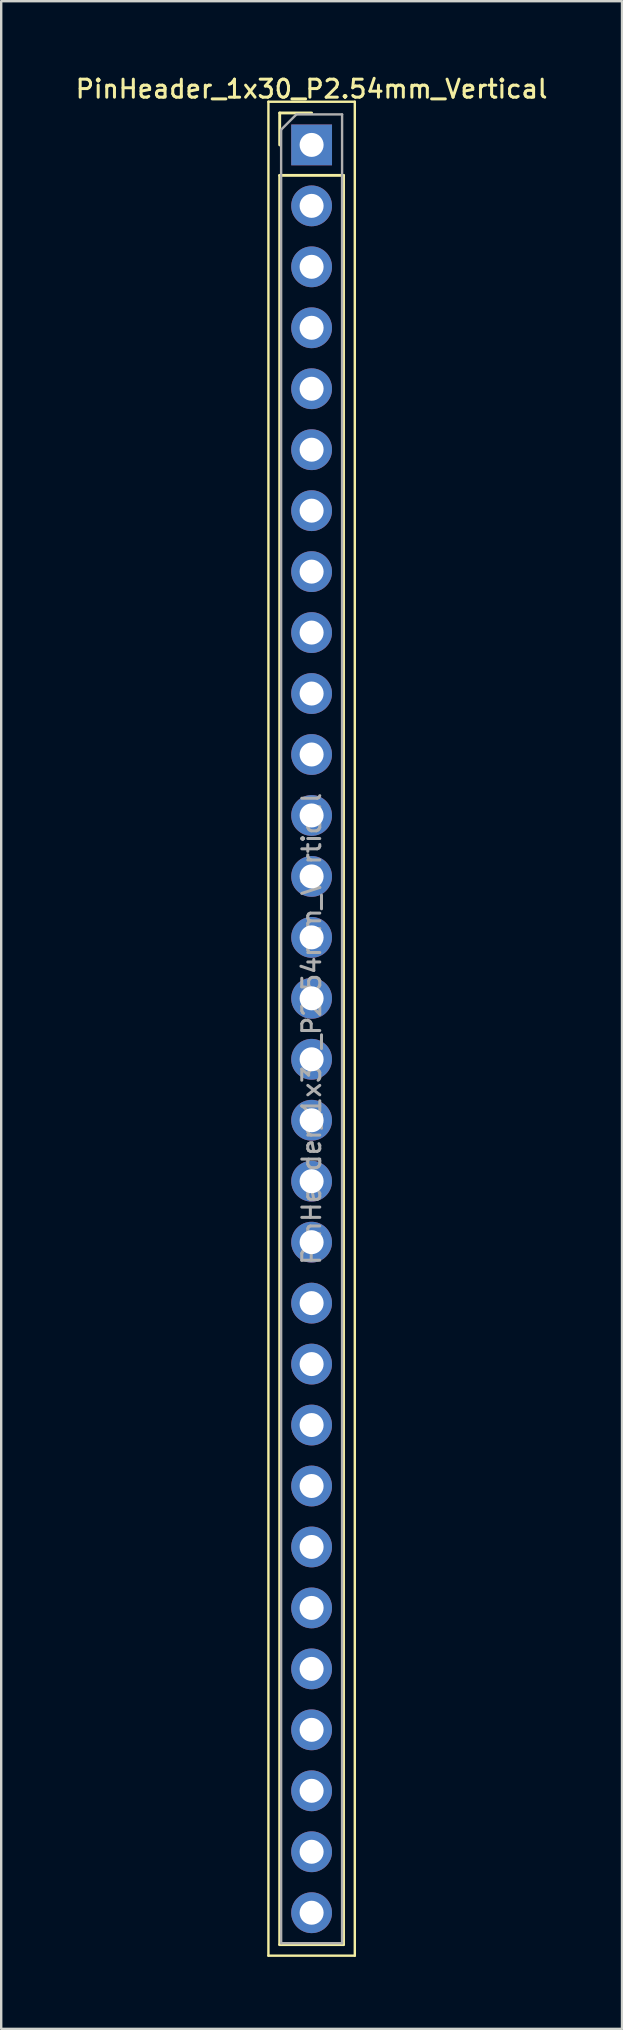
<source format=kicad_pcb>
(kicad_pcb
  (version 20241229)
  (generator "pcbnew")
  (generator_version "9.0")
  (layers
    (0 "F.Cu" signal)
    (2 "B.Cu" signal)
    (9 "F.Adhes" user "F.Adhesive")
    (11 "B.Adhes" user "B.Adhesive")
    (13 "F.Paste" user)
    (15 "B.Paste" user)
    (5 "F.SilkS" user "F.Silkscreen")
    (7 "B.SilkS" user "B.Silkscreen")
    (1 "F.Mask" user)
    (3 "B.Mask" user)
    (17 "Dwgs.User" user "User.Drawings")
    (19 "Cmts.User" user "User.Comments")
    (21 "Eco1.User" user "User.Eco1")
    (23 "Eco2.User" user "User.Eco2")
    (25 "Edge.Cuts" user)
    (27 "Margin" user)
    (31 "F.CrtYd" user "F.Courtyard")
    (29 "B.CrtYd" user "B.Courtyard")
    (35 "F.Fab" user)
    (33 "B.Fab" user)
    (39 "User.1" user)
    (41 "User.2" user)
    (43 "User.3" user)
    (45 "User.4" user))
  (footprint "PinHeader_1x30_P2.54mm_Vertical"
    (layer "F.Cu")
    (at 9.934 2.988)
    (property "Reference" "PinHeader_1x30_P2.54mm_Vertical" (at 0 -2.33 0) (layer "F.SilkS") (effects (font (size 0.75 0.75) (thickness 0.125))))
    (attr through_hole)
    (fp_line (start -1.8 -1.8) (end -1.8 75.45) (stroke (width 0.1) (type solid)) (layer "F.SilkS"))
    (fp_line (start -1.8 75.45) (end 1.8 75.45) (stroke (width 0.1) (type solid)) (layer "F.SilkS"))
    (fp_line (start -1.33 -1.33) (end 0 -1.33) (stroke (width 0.12) (type solid)) (layer "F.SilkS"))
    (fp_line (start -1.33 0) (end -1.33 -1.33) (stroke (width 0.12) (type solid)) (layer "F.SilkS"))
    (fp_line (start -1.33 1.27) (end -1.33 74.99) (stroke (width 0.12) (type solid)) (layer "F.SilkS"))
    (fp_line (start -1.33 1.27) (end 1.33 1.27) (stroke (width 0.12) (type solid)) (layer "F.SilkS"))
    (fp_line (start -1.33 74.99) (end 1.33 74.99) (stroke (width 0.12) (type solid)) (layer "F.SilkS"))
    (fp_line (start 1.33 1.27) (end 1.33 74.99) (stroke (width 0.12) (type solid)) (layer "F.SilkS"))
    (fp_line (start 1.8 -1.8) (end -1.8 -1.8) (stroke (width 0.1) (type solid)) (layer "F.SilkS"))
    (fp_line (start 1.8 75.45) (end 1.8 -1.8) (stroke (width 0.1) (type solid)) (layer "F.SilkS"))
    (fp_line (start -1.27 -0.635) (end -0.635 -1.27) (stroke (width 0.1) (type solid)) (layer "F.Fab"))
    (fp_line (start -1.27 74.93) (end -1.27 -0.635) (stroke (width 0.1) (type solid)) (layer "F.Fab"))
    (fp_line (start -0.635 -1.27) (end 1.27 -1.27) (stroke (width 0.1) (type solid)) (layer "F.Fab"))
    (fp_line (start 1.27 -1.27) (end 1.27 74.93) (stroke (width 0.1) (type solid)) (layer "F.Fab"))
    (fp_line (start 1.27 74.93) (end -1.27 74.93) (stroke (width 0.1) (type solid)) (layer "F.Fab"))
    (fp_text user "${REFERENCE}" (at 0 36.83 90) (layer "F.Fab") (effects (font (size 0.75 0.75) (thickness 0.125))))
    (pad "1" thru_hole rect (at 0 0) (size 1.7 1.7) (drill 1) (layers "*.Cu" "*.Mask"))
    (pad "2" thru_hole oval (at 0 2.54) (size 1.7 1.7) (drill 1) (layers "*.Cu" "*.Mask"))
    (pad "3" thru_hole oval (at 0 5.08) (size 1.7 1.7) (drill 1) (layers "*.Cu" "*.Mask"))
    (pad "4" thru_hole oval (at 0 7.62) (size 1.7 1.7) (drill 1) (layers "*.Cu" "*.Mask"))
    (pad "5" thru_hole oval (at 0 10.16) (size 1.7 1.7) (drill 1) (layers "*.Cu" "*.Mask"))
    (pad "6" thru_hole oval (at 0 12.7) (size 1.7 1.7) (drill 1) (layers "*.Cu" "*.Mask"))
    (pad "7" thru_hole oval (at 0 15.24) (size 1.7 1.7) (drill 1) (layers "*.Cu" "*.Mask"))
    (pad "8" thru_hole oval (at 0 17.78) (size 1.7 1.7) (drill 1) (layers "*.Cu" "*.Mask"))
    (pad "9" thru_hole oval (at 0 20.32) (size 1.7 1.7) (drill 1) (layers "*.Cu" "*.Mask"))
    (pad "10" thru_hole oval (at 0 22.86) (size 1.7 1.7) (drill 1) (layers "*.Cu" "*.Mask"))
    (pad "11" thru_hole oval (at 0 25.4) (size 1.7 1.7) (drill 1) (layers "*.Cu" "*.Mask"))
    (pad "12" thru_hole oval (at 0 27.94) (size 1.7 1.7) (drill 1) (layers "*.Cu" "*.Mask"))
    (pad "13" thru_hole oval (at 0 30.48) (size 1.7 1.7) (drill 1) (layers "*.Cu" "*.Mask"))
    (pad "14" thru_hole oval (at 0 33.02) (size 1.7 1.7) (drill 1) (layers "*.Cu" "*.Mask"))
    (pad "15" thru_hole oval (at 0 35.56) (size 1.7 1.7) (drill 1) (layers "*.Cu" "*.Mask"))
    (pad "16" thru_hole oval (at 0 38.1) (size 1.7 1.7) (drill 1) (layers "*.Cu" "*.Mask"))
    (pad "17" thru_hole oval (at 0 40.64) (size 1.7 1.7) (drill 1) (layers "*.Cu" "*.Mask"))
    (pad "18" thru_hole oval (at 0 43.18) (size 1.7 1.7) (drill 1) (layers "*.Cu" "*.Mask"))
    (pad "19" thru_hole oval (at 0 45.72) (size 1.7 1.7) (drill 1) (layers "*.Cu" "*.Mask"))
    (pad "20" thru_hole oval (at 0 48.26) (size 1.7 1.7) (drill 1) (layers "*.Cu" "*.Mask"))
    (pad "21" thru_hole oval (at 0 50.8) (size 1.7 1.7) (drill 1) (layers "*.Cu" "*.Mask"))
    (pad "22" thru_hole oval (at 0 53.34) (size 1.7 1.7) (drill 1) (layers "*.Cu" "*.Mask"))
    (pad "23" thru_hole oval (at 0 55.88) (size 1.7 1.7) (drill 1) (layers "*.Cu" "*.Mask"))
    (pad "24" thru_hole oval (at 0 58.42) (size 1.7 1.7) (drill 1) (layers "*.Cu" "*.Mask"))
    (pad "25" thru_hole oval (at 0 60.96) (size 1.7 1.7) (drill 1) (layers "*.Cu" "*.Mask"))
    (pad "26" thru_hole oval (at 0 63.5) (size 1.7 1.7) (drill 1) (layers "*.Cu" "*.Mask"))
    (pad "27" thru_hole oval (at 0 66.04) (size 1.7 1.7) (drill 1) (layers "*.Cu" "*.Mask"))
    (pad "28" thru_hole oval (at 0 68.58) (size 1.7 1.7) (drill 1) (layers "*.Cu" "*.Mask"))
    (pad "29" thru_hole oval (at 0 71.12) (size 1.7 1.7) (drill 1) (layers "*.Cu" "*.Mask"))
    (pad "30" thru_hole oval (at 0 73.66) (size 1.7 1.7) (drill 1) (layers "*.Cu" "*.Mask")))
  (gr_rect
    (start -3 -3)
    (end 22.868 81.488)
    (stroke (width 0.1) (type default))
    (fill no)
    (layer "Edge.Cuts")))
</source>
